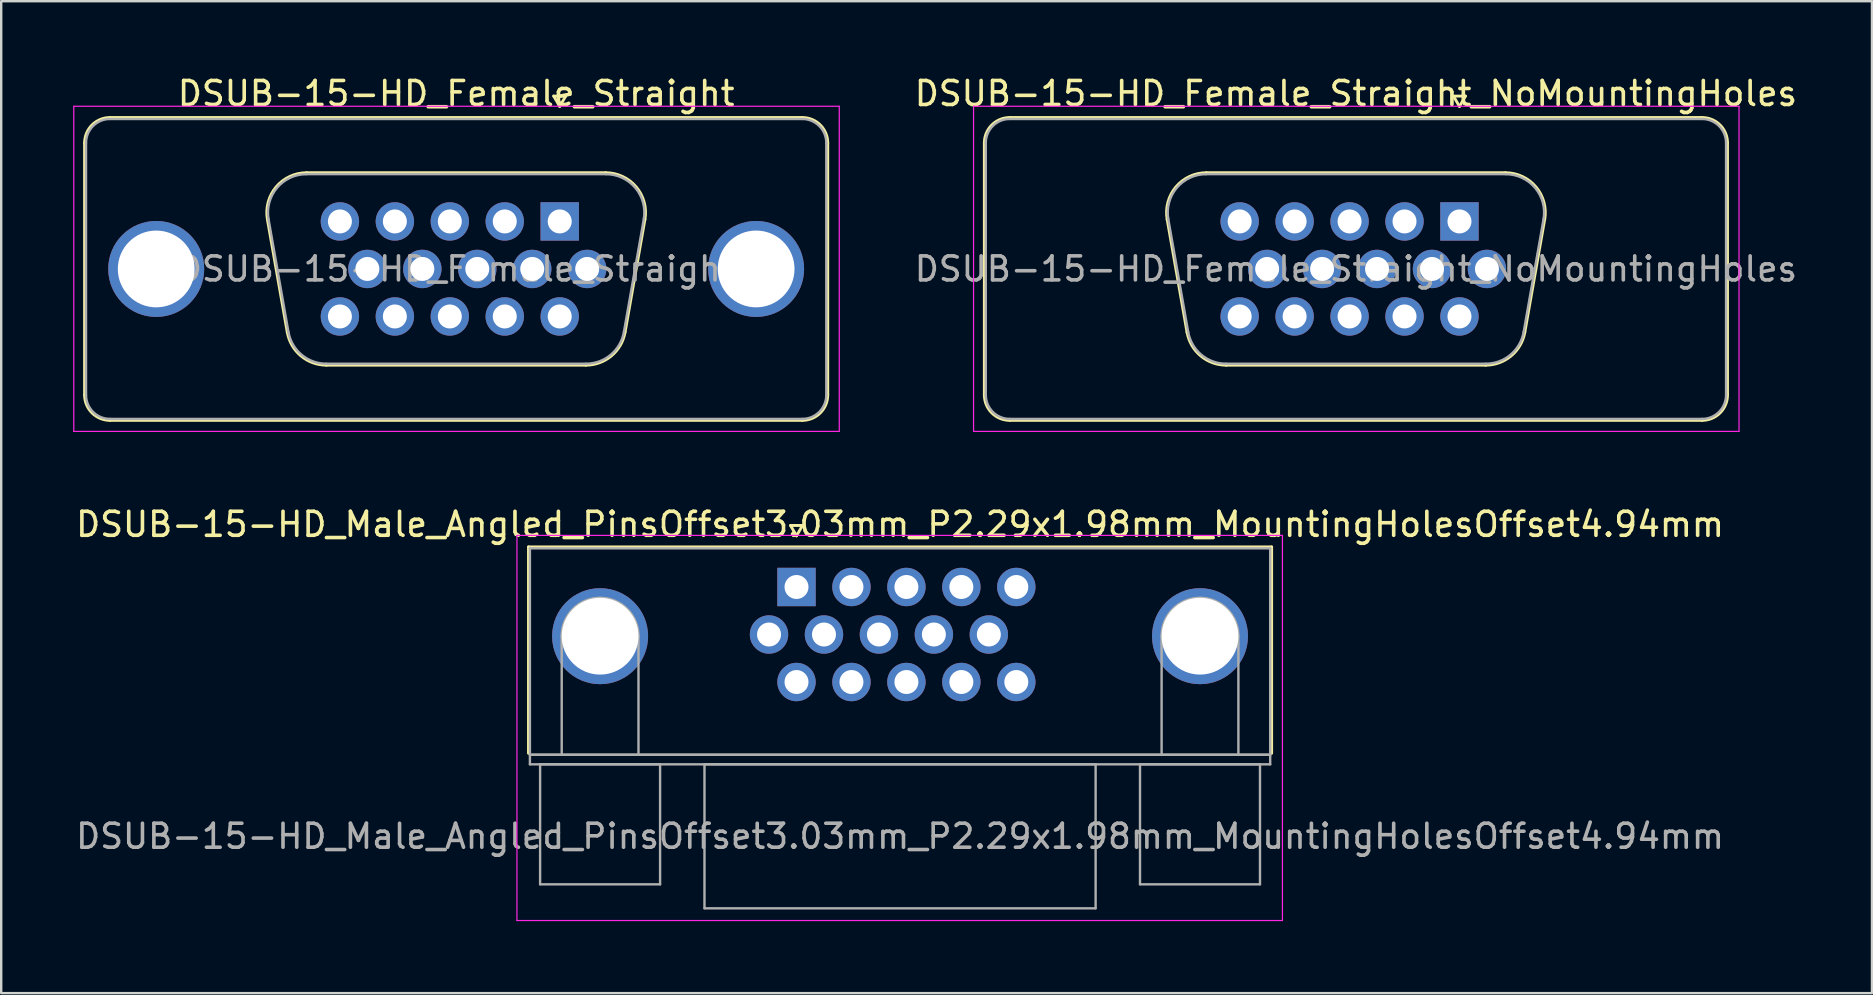
<source format=kicad_pcb>
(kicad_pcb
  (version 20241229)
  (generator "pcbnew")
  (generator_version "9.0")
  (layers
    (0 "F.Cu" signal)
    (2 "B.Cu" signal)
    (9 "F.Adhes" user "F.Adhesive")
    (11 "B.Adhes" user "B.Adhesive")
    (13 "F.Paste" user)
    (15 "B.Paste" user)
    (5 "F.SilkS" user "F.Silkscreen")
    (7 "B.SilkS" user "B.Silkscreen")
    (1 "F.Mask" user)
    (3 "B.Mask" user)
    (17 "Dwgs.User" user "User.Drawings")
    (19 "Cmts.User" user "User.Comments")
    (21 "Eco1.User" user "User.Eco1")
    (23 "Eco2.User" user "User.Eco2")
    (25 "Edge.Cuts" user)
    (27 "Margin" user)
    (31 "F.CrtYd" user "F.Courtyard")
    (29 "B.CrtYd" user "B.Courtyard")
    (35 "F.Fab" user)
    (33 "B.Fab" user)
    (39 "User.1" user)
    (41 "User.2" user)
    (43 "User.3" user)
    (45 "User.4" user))
  (footprint "DSUB-15-HD_Female_Straight"
    (layer "F.Cu")
    (at 20.275 6.178)
    (property "Reference" "DSUB-15-HD_Female_Straight" (at -4.315 -5.33 0) (layer "F.SilkS") (effects (font (size 1 1) (thickness 0.15))))
    (attr through_hole)
    (fp_line (start -19.8 7.23) (end -19.8 -3.27) (stroke (width 0.12) (type solid)) (layer "F.SilkS"))
    (fp_line (start -18.74 -4.33) (end 10.11 -4.33) (stroke (width 0.12) (type solid)) (layer "F.SilkS"))
    (fp_line (start -12.181 -0.082) (end -11.353 4.618) (stroke (width 0.12) (type solid)) (layer "F.SilkS"))
    (fp_line (start -10.547 -2.03) (end 1.917 -2.03) (stroke (width 0.12) (type solid)) (layer "F.SilkS"))
    (fp_line (start -9.718 5.99) (end 1.088 5.99) (stroke (width 0.12) (type solid)) (layer "F.SilkS"))
    (fp_line (start -0.25 -5.224) (end 0.25 -5.224) (stroke (width 0.12) (type solid)) (layer "F.SilkS"))
    (fp_line (start 0 -4.791) (end -0.25 -5.224) (stroke (width 0.12) (type solid)) (layer "F.SilkS"))
    (fp_line (start 0.25 -5.224) (end 0 -4.791) (stroke (width 0.12) (type solid)) (layer "F.SilkS"))
    (fp_line (start 3.551 -0.082) (end 2.723 4.618) (stroke (width 0.12) (type solid)) (layer "F.SilkS"))
    (fp_line (start 10.11 8.29) (end -18.74 8.29) (stroke (width 0.12) (type solid)) (layer "F.SilkS"))
    (fp_line (start 11.17 -3.27) (end 11.17 7.23) (stroke (width 0.12) (type solid)) (layer "F.SilkS"))
    (fp_arc (start -19.8 -3.27) (mid -19.489533 -4.019533) (end -18.74 -4.33) (stroke (width 0.12) (type solid)) (layer "F.SilkS"))
    (fp_arc (start -18.74 8.29) (mid -19.489533 7.979533) (end -19.8 7.23) (stroke (width 0.12) (type solid)) (layer "F.SilkS"))
    (fp_arc (start -12.18147 -0.081744) (mid -11.818323 -1.437028) (end -10.546689 -2.03) (stroke (width 0.12) (type solid)) (layer "F.SilkS"))
    (fp_arc (start -9.717952 5.99) (mid -10.784979 5.601634) (end -11.352733 4.618256) (stroke (width 0.12) (type solid)) (layer "F.SilkS"))
    (fp_arc (start 1.916689 -2.03) (mid 3.188323 -1.437027) (end 3.55147 -0.081744) (stroke (width 0.12) (type solid)) (layer "F.SilkS"))
    (fp_arc (start 2.722733 4.618256) (mid 2.15498 5.601634) (end 1.087952 5.99) (stroke (width 0.12) (type solid)) (layer "F.SilkS"))
    (fp_arc (start 10.11 -4.33) (mid 10.859533 -4.019533) (end 11.17 -3.27) (stroke (width 0.12) (type solid)) (layer "F.SilkS"))
    (fp_arc (start 11.17 7.23) (mid 10.859533 7.979533) (end 10.11 8.29) (stroke (width 0.12) (type solid)) (layer "F.SilkS"))
    (fp_line (start -20.25 -4.8) (end -20.25 8.75) (stroke (width 0.05) (type solid)) (layer "F.CrtYd"))
    (fp_line (start -20.25 8.75) (end 11.65 8.75) (stroke (width 0.05) (type solid)) (layer "F.CrtYd"))
    (fp_line (start 11.65 -4.8) (end -20.25 -4.8) (stroke (width 0.05) (type solid)) (layer "F.CrtYd"))
    (fp_line (start 11.65 8.75) (end 11.65 -4.8) (stroke (width 0.05) (type solid)) (layer "F.CrtYd"))
    (fp_line (start -19.74 7.23) (end -19.74 -3.27) (stroke (width 0.1) (type solid)) (layer "F.Fab"))
    (fp_line (start -18.74 -4.27) (end 10.11 -4.27) (stroke (width 0.1) (type solid)) (layer "F.Fab"))
    (fp_line (start -12.134 -0.092) (end -11.305 4.608) (stroke (width 0.1) (type solid)) (layer "F.Fab"))
    (fp_line (start -10.558 -1.97) (end 1.928 -1.97) (stroke (width 0.1) (type solid)) (layer "F.Fab"))
    (fp_line (start -9.729 5.93) (end 1.099 5.93) (stroke (width 0.1) (type solid)) (layer "F.Fab"))
    (fp_line (start 3.504 -0.092) (end 2.675 4.608) (stroke (width 0.1) (type solid)) (layer "F.Fab"))
    (fp_line (start 10.11 8.23) (end -18.74 8.23) (stroke (width 0.1) (type solid)) (layer "F.Fab"))
    (fp_line (start 11.11 -3.27) (end 11.11 7.23) (stroke (width 0.1) (type solid)) (layer "F.Fab"))
    (fp_arc (start -19.74 -3.27) (mid -19.447107 -3.977107) (end -18.74 -4.27) (stroke (width 0.1) (type solid)) (layer "F.Fab"))
    (fp_arc (start -18.74 8.23) (mid -19.447107 7.937107) (end -19.74 7.23) (stroke (width 0.1) (type solid)) (layer "F.Fab"))
    (fp_arc (start -12.133886 -0.092163) (mid -11.783865 -1.39846) (end -10.558194 -1.97) (stroke (width 0.1) (type solid)) (layer "F.Fab"))
    (fp_arc (start -9.729457 5.93) (mid -10.757917 5.555671) (end -11.305149 4.607837) (stroke (width 0.1) (type solid)) (layer "F.Fab"))
    (fp_arc (start 1.928194 -1.97) (mid 3.153865 -1.39846) (end 3.503886 -0.092163) (stroke (width 0.1) (type solid)) (layer "F.Fab"))
    (fp_arc (start 2.675149 4.607837) (mid 2.127917 5.555671) (end 1.099457 5.93) (stroke (width 0.1) (type solid)) (layer "F.Fab"))
    (fp_arc (start 10.11 -4.27) (mid 10.817107 -3.977107) (end 11.11 -3.27) (stroke (width 0.1) (type solid)) (layer "F.Fab"))
    (fp_arc (start 11.11 7.23) (mid 10.817107 7.937107) (end 10.11 8.23) (stroke (width 0.1) (type solid)) (layer "F.Fab"))
    (fp_text user "${REFERENCE}" (at -4.315 1.98 0) (layer "F.Fab") (effects (font (size 1 1) (thickness 0.15))))
    (pad "0" thru_hole circle (at -16.815 1.98) (size 4 4) (drill 3.2) (layers "*.Cu" "*.Mask"))
    (pad "0" thru_hole circle (at 8.185 1.98) (size 4 4) (drill 3.2) (layers "*.Cu" "*.Mask"))
    (pad "1" thru_hole rect (at 0 0) (size 1.6 1.6) (drill 1) (layers "*.Cu" "*.Mask"))
    (pad "2" thru_hole circle (at -2.29 0) (size 1.6 1.6) (drill 1) (layers "*.Cu" "*.Mask"))
    (pad "3" thru_hole circle (at -4.58 0) (size 1.6 1.6) (drill 1) (layers "*.Cu" "*.Mask"))
    (pad "4" thru_hole circle (at -6.87 0) (size 1.6 1.6) (drill 1) (layers "*.Cu" "*.Mask"))
    (pad "5" thru_hole circle (at -9.16 0) (size 1.6 1.6) (drill 1) (layers "*.Cu" "*.Mask"))
    (pad "6" thru_hole circle (at 1.145 1.98) (size 1.6 1.6) (drill 1) (layers "*.Cu" "*.Mask"))
    (pad "7" thru_hole circle (at -1.145 1.98) (size 1.6 1.6) (drill 1) (layers "*.Cu" "*.Mask"))
    (pad "8" thru_hole circle (at -3.435 1.98) (size 1.6 1.6) (drill 1) (layers "*.Cu" "*.Mask"))
    (pad "9" thru_hole circle (at -5.725 1.98) (size 1.6 1.6) (drill 1) (layers "*.Cu" "*.Mask"))
    (pad "10" thru_hole circle (at -8.015 1.98) (size 1.6 1.6) (drill 1) (layers "*.Cu" "*.Mask"))
    (pad "11" thru_hole circle (at 0 3.96) (size 1.6 1.6) (drill 1) (layers "*.Cu" "*.Mask"))
    (pad "12" thru_hole circle (at -2.29 3.96) (size 1.6 1.6) (drill 1) (layers "*.Cu" "*.Mask"))
    (pad "13" thru_hole circle (at -4.58 3.96) (size 1.6 1.6) (drill 1) (layers "*.Cu" "*.Mask"))
    (pad "14" thru_hole circle (at -6.87 3.96) (size 1.6 1.6) (drill 1) (layers "*.Cu" "*.Mask"))
    (pad "15" thru_hole circle (at -9.16 3.96) (size 1.6 1.6) (drill 1) (layers "*.Cu" "*.Mask")))
  (footprint "DSUB-15-HD_Male_Angled_PinsOffset3.03mm_P2.29x1.98mm_MountingHolesOffset4.94mm"
    (layer "F.Cu")
    (at 30.143 21.412)
    (property "Reference" "DSUB-15-HD_Male_Angled_PinsOffset3.03mm_P2.29x1.98mm_MountingHolesOffset4.94mm" (at 4.315 -2.61 0) (layer "F.SilkS") (effects (font (size 1 1) (thickness 0.15))))
    (attr through_hole)
    (fp_line (start -11.17 -1.67) (end 19.8 -1.67) (stroke (width 0.12) (type solid)) (layer "F.SilkS"))
    (fp_line (start -11.17 6.93) (end -11.17 -1.67) (stroke (width 0.12) (type solid)) (layer "F.SilkS"))
    (fp_line (start -0.25 -2.564) (end 0.25 -2.564) (stroke (width 0.12) (type solid)) (layer "F.SilkS"))
    (fp_line (start 0 -2.131) (end -0.25 -2.564) (stroke (width 0.12) (type solid)) (layer "F.SilkS"))
    (fp_line (start 0.25 -2.564) (end 0 -2.131) (stroke (width 0.12) (type solid)) (layer "F.SilkS"))
    (fp_line (start 19.8 -1.67) (end 19.8 6.93) (stroke (width 0.12) (type solid)) (layer "F.SilkS"))
    (fp_line (start -11.65 -2.15) (end -11.65 13.9) (stroke (width 0.05) (type solid)) (layer "F.CrtYd"))
    (fp_line (start -11.65 13.9) (end 20.25 13.9) (stroke (width 0.05) (type solid)) (layer "F.CrtYd"))
    (fp_line (start 20.25 -2.15) (end -11.65 -2.15) (stroke (width 0.05) (type solid)) (layer "F.CrtYd"))
    (fp_line (start 20.25 13.9) (end 20.25 -2.15) (stroke (width 0.05) (type solid)) (layer "F.CrtYd"))
    (fp_line (start -11.11 -1.61) (end -11.11 6.99) (stroke (width 0.1) (type solid)) (layer "F.Fab"))
    (fp_line (start -11.11 6.99) (end -11.11 7.39) (stroke (width 0.1) (type solid)) (layer "F.Fab"))
    (fp_line (start -11.11 6.99) (end 19.74 6.99) (stroke (width 0.1) (type solid)) (layer "F.Fab"))
    (fp_line (start -11.11 7.39) (end 19.74 7.39) (stroke (width 0.1) (type solid)) (layer "F.Fab"))
    (fp_line (start -10.685 7.39) (end -10.685 12.39) (stroke (width 0.1) (type solid)) (layer "F.Fab"))
    (fp_line (start -10.685 12.39) (end -5.685 12.39) (stroke (width 0.1) (type solid)) (layer "F.Fab"))
    (fp_line (start -9.785 6.99) (end -9.785 2.05) (stroke (width 0.1) (type solid)) (layer "F.Fab"))
    (fp_line (start -6.585 6.99) (end -6.585 2.05) (stroke (width 0.1) (type solid)) (layer "F.Fab"))
    (fp_line (start -5.685 7.39) (end -10.685 7.39) (stroke (width 0.1) (type solid)) (layer "F.Fab"))
    (fp_line (start -5.685 12.39) (end -5.685 7.39) (stroke (width 0.1) (type solid)) (layer "F.Fab"))
    (fp_line (start -3.835 7.39) (end -3.835 13.39) (stroke (width 0.1) (type solid)) (layer "F.Fab"))
    (fp_line (start -3.835 13.39) (end 12.465 13.39) (stroke (width 0.1) (type solid)) (layer "F.Fab"))
    (fp_line (start 12.465 7.39) (end -3.835 7.39) (stroke (width 0.1) (type solid)) (layer "F.Fab"))
    (fp_line (start 12.465 13.39) (end 12.465 7.39) (stroke (width 0.1) (type solid)) (layer "F.Fab"))
    (fp_line (start 14.315 7.39) (end 14.315 12.39) (stroke (width 0.1) (type solid)) (layer "F.Fab"))
    (fp_line (start 14.315 12.39) (end 19.315 12.39) (stroke (width 0.1) (type solid)) (layer "F.Fab"))
    (fp_line (start 15.215 6.99) (end 15.215 2.05) (stroke (width 0.1) (type solid)) (layer "F.Fab"))
    (fp_line (start 18.415 6.99) (end 18.415 2.05) (stroke (width 0.1) (type solid)) (layer "F.Fab"))
    (fp_line (start 19.315 7.39) (end 14.315 7.39) (stroke (width 0.1) (type solid)) (layer "F.Fab"))
    (fp_line (start 19.315 12.39) (end 19.315 7.39) (stroke (width 0.1) (type solid)) (layer "F.Fab"))
    (fp_line (start 19.74 -1.61) (end -11.11 -1.61) (stroke (width 0.1) (type solid)) (layer "F.Fab"))
    (fp_line (start 19.74 6.99) (end -11.11 6.99) (stroke (width 0.1) (type solid)) (layer "F.Fab"))
    (fp_line (start 19.74 6.99) (end 19.74 -1.61) (stroke (width 0.1) (type solid)) (layer "F.Fab"))
    (fp_line (start 19.74 7.39) (end 19.74 6.99) (stroke (width 0.1) (type solid)) (layer "F.Fab"))
    (fp_arc (start -9.785 2.05) (mid -8.185 0.45) (end -6.585 2.05) (stroke (width 0.1) (type solid)) (layer "F.Fab"))
    (fp_arc (start 15.215 2.05) (mid 16.815 0.45) (end 18.415 2.05) (stroke (width 0.1) (type solid)) (layer "F.Fab"))
    (fp_text user "${REFERENCE}" (at 4.315 10.39 0) (layer "F.Fab") (effects (font (size 1 1) (thickness 0.15))))
    (pad "0" thru_hole circle (at -8.185 2.05) (size 4 4) (drill 3.2) (layers "*.Cu" "*.Mask"))
    (pad "0" thru_hole circle (at 16.815 2.05) (size 4 4) (drill 3.2) (layers "*.Cu" "*.Mask"))
    (pad "1" thru_hole rect (at 0 0) (size 1.6 1.6) (drill 1) (layers "*.Cu" "*.Mask"))
    (pad "2" thru_hole circle (at 2.29 0) (size 1.6 1.6) (drill 1) (layers "*.Cu" "*.Mask"))
    (pad "3" thru_hole circle (at 4.58 0) (size 1.6 1.6) (drill 1) (layers "*.Cu" "*.Mask"))
    (pad "4" thru_hole circle (at 6.87 0) (size 1.6 1.6) (drill 1) (layers "*.Cu" "*.Mask"))
    (pad "5" thru_hole circle (at 9.16 0) (size 1.6 1.6) (drill 1) (layers "*.Cu" "*.Mask"))
    (pad "6" thru_hole circle (at -1.145 1.98) (size 1.6 1.6) (drill 1) (layers "*.Cu" "*.Mask"))
    (pad "7" thru_hole circle (at 1.145 1.98) (size 1.6 1.6) (drill 1) (layers "*.Cu" "*.Mask"))
    (pad "8" thru_hole circle (at 3.435 1.98) (size 1.6 1.6) (drill 1) (layers "*.Cu" "*.Mask"))
    (pad "9" thru_hole circle (at 5.725 1.98) (size 1.6 1.6) (drill 1) (layers "*.Cu" "*.Mask"))
    (pad "10" thru_hole circle (at 8.015 1.98) (size 1.6 1.6) (drill 1) (layers "*.Cu" "*.Mask"))
    (pad "11" thru_hole circle (at 0 3.96) (size 1.6 1.6) (drill 1) (layers "*.Cu" "*.Mask"))
    (pad "12" thru_hole circle (at 2.29 3.96) (size 1.6 1.6) (drill 1) (layers "*.Cu" "*.Mask"))
    (pad "13" thru_hole circle (at 4.58 3.96) (size 1.6 1.6) (drill 1) (layers "*.Cu" "*.Mask"))
    (pad "14" thru_hole circle (at 6.87 3.96) (size 1.6 1.6) (drill 1) (layers "*.Cu" "*.Mask"))
    (pad "15" thru_hole circle (at 9.16 3.96) (size 1.6 1.6) (drill 1) (layers "*.Cu" "*.Mask")))
  (footprint "DSUB-15-HD_Female_Straight_NoMountingHoles"
    (layer "F.Cu")
    (at 57.771 6.178)
    (property "Reference" "DSUB-15-HD_Female_Straight_NoMountingHoles" (at -4.315 -5.33 0) (layer "F.SilkS") (effects (font (size 1 1) (thickness 0.15))))
    (attr through_hole)
    (fp_line (start -19.8 7.23) (end -19.8 -3.27) (stroke (width 0.12) (type solid)) (layer "F.SilkS"))
    (fp_line (start -18.74 -4.33) (end 10.11 -4.33) (stroke (width 0.12) (type solid)) (layer "F.SilkS"))
    (fp_line (start -12.181 -0.082) (end -11.353 4.618) (stroke (width 0.12) (type solid)) (layer "F.SilkS"))
    (fp_line (start -10.547 -2.03) (end 1.917 -2.03) (stroke (width 0.12) (type solid)) (layer "F.SilkS"))
    (fp_line (start -9.718 5.99) (end 1.088 5.99) (stroke (width 0.12) (type solid)) (layer "F.SilkS"))
    (fp_line (start -0.25 -5.224) (end 0.25 -5.224) (stroke (width 0.12) (type solid)) (layer "F.SilkS"))
    (fp_line (start 0 -4.791) (end -0.25 -5.224) (stroke (width 0.12) (type solid)) (layer "F.SilkS"))
    (fp_line (start 0.25 -5.224) (end 0 -4.791) (stroke (width 0.12) (type solid)) (layer "F.SilkS"))
    (fp_line (start 3.551 -0.082) (end 2.723 4.618) (stroke (width 0.12) (type solid)) (layer "F.SilkS"))
    (fp_line (start 10.11 8.29) (end -18.74 8.29) (stroke (width 0.12) (type solid)) (layer "F.SilkS"))
    (fp_line (start 11.17 -3.27) (end 11.17 7.23) (stroke (width 0.12) (type solid)) (layer "F.SilkS"))
    (fp_arc (start -19.8 -3.27) (mid -19.489533 -4.019533) (end -18.74 -4.33) (stroke (width 0.12) (type solid)) (layer "F.SilkS"))
    (fp_arc (start -18.74 8.29) (mid -19.489533 7.979533) (end -19.8 7.23) (stroke (width 0.12) (type solid)) (layer "F.SilkS"))
    (fp_arc (start -12.18147 -0.081744) (mid -11.818323 -1.437028) (end -10.546689 -2.03) (stroke (width 0.12) (type solid)) (layer "F.SilkS"))
    (fp_arc (start -9.717952 5.99) (mid -10.784979 5.601634) (end -11.352733 4.618256) (stroke (width 0.12) (type solid)) (layer "F.SilkS"))
    (fp_arc (start 1.916689 -2.03) (mid 3.188323 -1.437027) (end 3.55147 -0.081744) (stroke (width 0.12) (type solid)) (layer "F.SilkS"))
    (fp_arc (start 2.722733 4.618256) (mid 2.15498 5.601634) (end 1.087952 5.99) (stroke (width 0.12) (type solid)) (layer "F.SilkS"))
    (fp_arc (start 10.11 -4.33) (mid 10.859533 -4.019533) (end 11.17 -3.27) (stroke (width 0.12) (type solid)) (layer "F.SilkS"))
    (fp_arc (start 11.17 7.23) (mid 10.859533 7.979533) (end 10.11 8.29) (stroke (width 0.12) (type solid)) (layer "F.SilkS"))
    (fp_line (start -20.25 -4.8) (end -20.25 8.75) (stroke (width 0.05) (type solid)) (layer "F.CrtYd"))
    (fp_line (start -20.25 8.75) (end 11.65 8.75) (stroke (width 0.05) (type solid)) (layer "F.CrtYd"))
    (fp_line (start 11.65 -4.8) (end -20.25 -4.8) (stroke (width 0.05) (type solid)) (layer "F.CrtYd"))
    (fp_line (start 11.65 8.75) (end 11.65 -4.8) (stroke (width 0.05) (type solid)) (layer "F.CrtYd"))
    (fp_line (start -19.74 7.23) (end -19.74 -3.27) (stroke (width 0.1) (type solid)) (layer "F.Fab"))
    (fp_line (start -18.74 -4.27) (end 10.11 -4.27) (stroke (width 0.1) (type solid)) (layer "F.Fab"))
    (fp_line (start -12.134 -0.092) (end -11.305 4.608) (stroke (width 0.1) (type solid)) (layer "F.Fab"))
    (fp_line (start -10.558 -1.97) (end 1.928 -1.97) (stroke (width 0.1) (type solid)) (layer "F.Fab"))
    (fp_line (start -9.729 5.93) (end 1.099 5.93) (stroke (width 0.1) (type solid)) (layer "F.Fab"))
    (fp_line (start 3.504 -0.092) (end 2.675 4.608) (stroke (width 0.1) (type solid)) (layer "F.Fab"))
    (fp_line (start 10.11 8.23) (end -18.74 8.23) (stroke (width 0.1) (type solid)) (layer "F.Fab"))
    (fp_line (start 11.11 -3.27) (end 11.11 7.23) (stroke (width 0.1) (type solid)) (layer "F.Fab"))
    (fp_arc (start -19.74 -3.27) (mid -19.447107 -3.977107) (end -18.74 -4.27) (stroke (width 0.1) (type solid)) (layer "F.Fab"))
    (fp_arc (start -18.74 8.23) (mid -19.447107 7.937107) (end -19.74 7.23) (stroke (width 0.1) (type solid)) (layer "F.Fab"))
    (fp_arc (start -12.133886 -0.092163) (mid -11.783865 -1.39846) (end -10.558194 -1.97) (stroke (width 0.1) (type solid)) (layer "F.Fab"))
    (fp_arc (start -9.729457 5.93) (mid -10.757917 5.555671) (end -11.305149 4.607837) (stroke (width 0.1) (type solid)) (layer "F.Fab"))
    (fp_arc (start 1.928194 -1.97) (mid 3.153865 -1.39846) (end 3.503886 -0.092163) (stroke (width 0.1) (type solid)) (layer "F.Fab"))
    (fp_arc (start 2.675149 4.607837) (mid 2.127917 5.555671) (end 1.099457 5.93) (stroke (width 0.1) (type solid)) (layer "F.Fab"))
    (fp_arc (start 10.11 -4.27) (mid 10.817107 -3.977107) (end 11.11 -3.27) (stroke (width 0.1) (type solid)) (layer "F.Fab"))
    (fp_arc (start 11.11 7.23) (mid 10.817107 7.937107) (end 10.11 8.23) (stroke (width 0.1) (type solid)) (layer "F.Fab"))
    (fp_text user "${REFERENCE}" (at -4.315 1.98 0) (layer "F.Fab") (effects (font (size 1 1) (thickness 0.15))))
    (pad "1" thru_hole rect (at 0 0) (size 1.6 1.6) (drill 1) (layers "*.Cu" "*.Mask"))
    (pad "2" thru_hole circle (at -2.29 0) (size 1.6 1.6) (drill 1) (layers "*.Cu" "*.Mask"))
    (pad "3" thru_hole circle (at -4.58 0) (size 1.6 1.6) (drill 1) (layers "*.Cu" "*.Mask"))
    (pad "4" thru_hole circle (at -6.87 0) (size 1.6 1.6) (drill 1) (layers "*.Cu" "*.Mask"))
    (pad "5" thru_hole circle (at -9.16 0) (size 1.6 1.6) (drill 1) (layers "*.Cu" "*.Mask"))
    (pad "6" thru_hole circle (at 1.145 1.98) (size 1.6 1.6) (drill 1) (layers "*.Cu" "*.Mask"))
    (pad "7" thru_hole circle (at -1.145 1.98) (size 1.6 1.6) (drill 1) (layers "*.Cu" "*.Mask"))
    (pad "8" thru_hole circle (at -3.435 1.98) (size 1.6 1.6) (drill 1) (layers "*.Cu" "*.Mask"))
    (pad "9" thru_hole circle (at -5.725 1.98) (size 1.6 1.6) (drill 1) (layers "*.Cu" "*.Mask"))
    (pad "10" thru_hole circle (at -8.015 1.98) (size 1.6 1.6) (drill 1) (layers "*.Cu" "*.Mask"))
    (pad "11" thru_hole circle (at 0 3.96) (size 1.6 1.6) (drill 1) (layers "*.Cu" "*.Mask"))
    (pad "12" thru_hole circle (at -2.29 3.96) (size 1.6 1.6) (drill 1) (layers "*.Cu" "*.Mask"))
    (pad "13" thru_hole circle (at -4.58 3.96) (size 1.6 1.6) (drill 1) (layers "*.Cu" "*.Mask"))
    (pad "14" thru_hole circle (at -6.87 3.96) (size 1.6 1.6) (drill 1) (layers "*.Cu" "*.Mask"))
    (pad "15" thru_hole circle (at -9.16 3.96) (size 1.6 1.6) (drill 1) (layers "*.Cu" "*.Mask")))
  (gr_rect
    (start -3 -3)
    (end 74.962 38.337)
    (stroke (width 0.1) (type default))
    (fill no)
    (layer "Edge.Cuts")))
</source>
